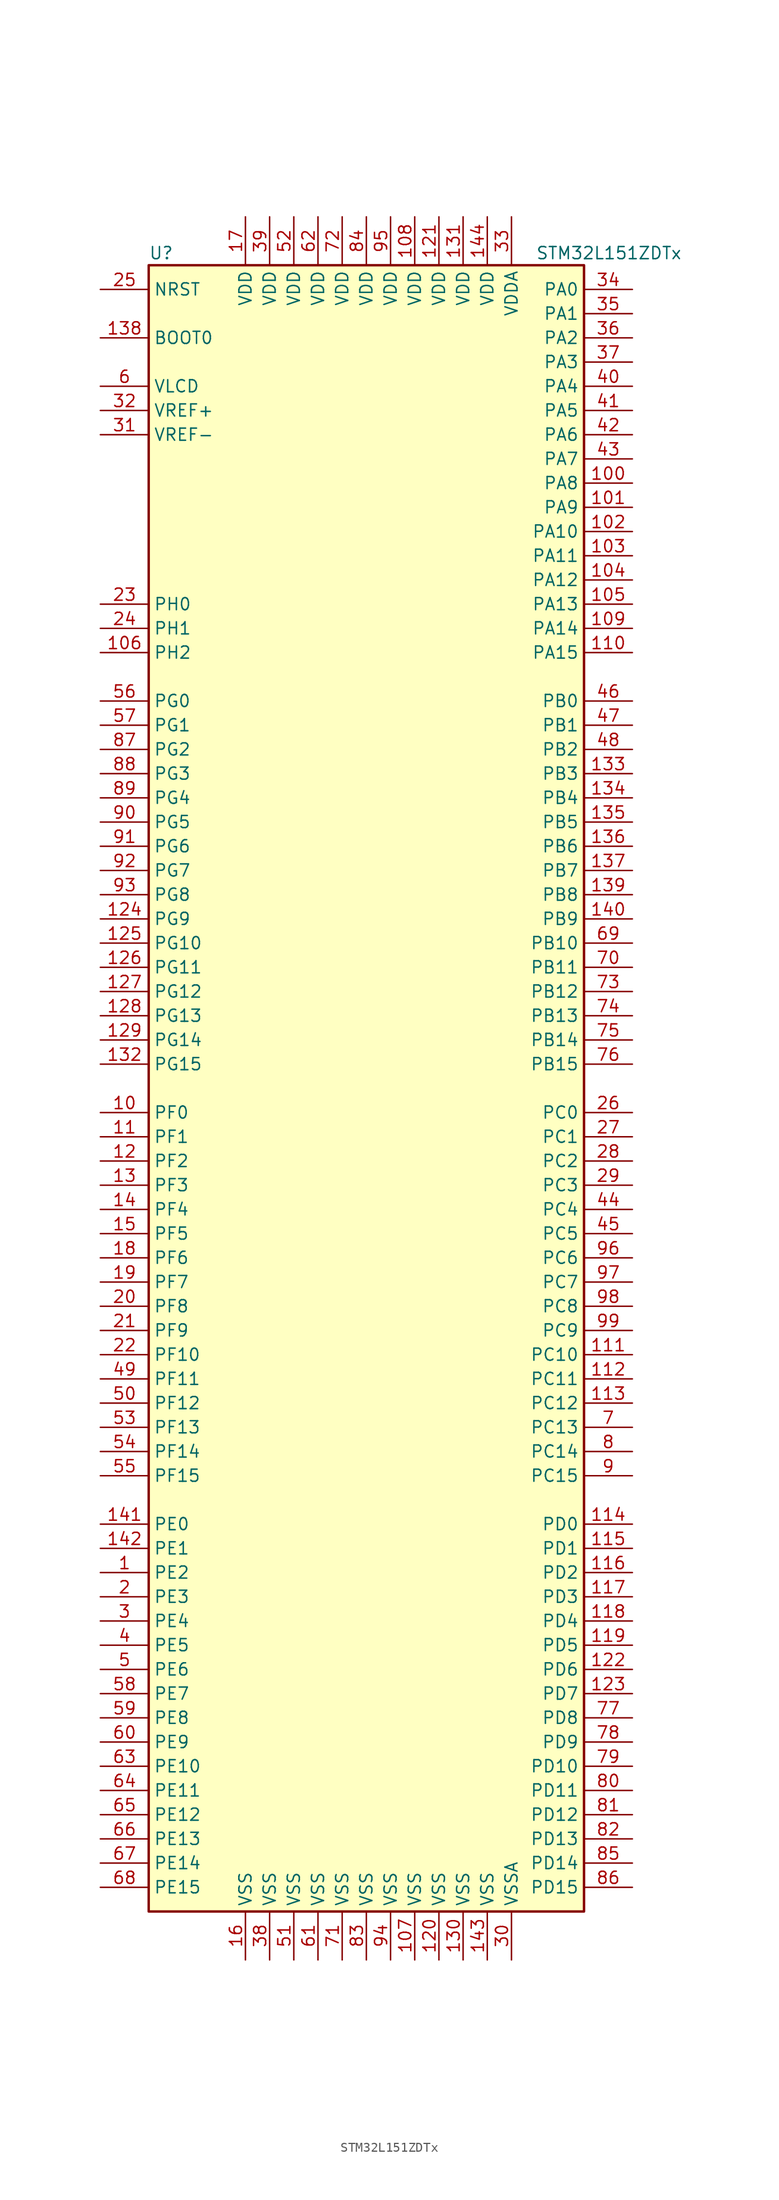
<source format=kicad_sym>
(kicad_symbol_lib
  (version 20211014)
  (generator kicad_symbol_editor)
  (symbol "STM32L151ZDTx"
    (property "Reference" "U"
      (at -22.86 87.63 0)
      (effects (font (size 1.27 1.27)) (justify left)))
    (property "Value" "STM32L151ZDTx"
      (at 17.78 87.63 0)
      (effects (font (size 1.27 1.27)) (justify left)))
    (symbol "STM32L151ZDTx_0_1"
      (rectangle (start -22.86 -86.36) (end 22.86 86.36) (stroke (width 0.254) (type default) (color 0 0 0 0)) (fill (type background))))
    (symbol "STM32L151ZDTx_1_1"
      (pin bidirectional line (at -27.94 -50.8 0) (length 5.08) (name "PE2" (effects (font (size 1.27 1.27)))) (number "1" (effects (font (size 1.27 1.27)))))
      (pin bidirectional line (at -27.94 -2.54 0) (length 5.08) (name "PF0" (effects (font (size 1.27 1.27)))) (number "10" (effects (font (size 1.27 1.27)))))
      (pin bidirectional line (at 27.94 63.5 180) (length 5.08) (name "PA8" (effects (font (size 1.27 1.27)))) (number "100" (effects (font (size 1.27 1.27)))))
      (pin bidirectional line (at 27.94 60.96 180) (length 5.08) (name "PA9" (effects (font (size 1.27 1.27)))) (number "101" (effects (font (size 1.27 1.27)))))
      (pin bidirectional line (at 27.94 58.42 180) (length 5.08) (name "PA10" (effects (font (size 1.27 1.27)))) (number "102" (effects (font (size 1.27 1.27)))))
      (pin bidirectional line (at 27.94 55.88 180) (length 5.08) (name "PA11" (effects (font (size 1.27 1.27)))) (number "103" (effects (font (size 1.27 1.27)))))
      (pin bidirectional line (at 27.94 53.34 180) (length 5.08) (name "PA12" (effects (font (size 1.27 1.27)))) (number "104" (effects (font (size 1.27 1.27)))))
      (pin bidirectional line (at 27.94 50.8 180) (length 5.08) (name "PA13" (effects (font (size 1.27 1.27)))) (number "105" (effects (font (size 1.27 1.27)))))
      (pin bidirectional line (at -27.94 45.72 0) (length 5.08) (name "PH2" (effects (font (size 1.27 1.27)))) (number "106" (effects (font (size 1.27 1.27)))))
      (pin power_in line (at 5.08 -91.44 90) (length 5.08) (name "VSS" (effects (font (size 1.27 1.27)))) (number "107" (effects (font (size 1.27 1.27)))))
      (pin power_in line (at 5.08 91.44 270) (length 5.08) (name "VDD" (effects (font (size 1.27 1.27)))) (number "108" (effects (font (size 1.27 1.27)))))
      (pin bidirectional line (at 27.94 48.26 180) (length 5.08) (name "PA14" (effects (font (size 1.27 1.27)))) (number "109" (effects (font (size 1.27 1.27)))))
      (pin bidirectional line (at -27.94 -5.08 0) (length 5.08) (name "PF1" (effects (font (size 1.27 1.27)))) (number "11" (effects (font (size 1.27 1.27)))))
      (pin bidirectional line (at 27.94 45.72 180) (length 5.08) (name "PA15" (effects (font (size 1.27 1.27)))) (number "110" (effects (font (size 1.27 1.27)))))
      (pin bidirectional line (at 27.94 -27.94 180) (length 5.08) (name "PC10" (effects (font (size 1.27 1.27)))) (number "111" (effects (font (size 1.27 1.27)))))
      (pin bidirectional line (at 27.94 -30.48 180) (length 5.08) (name "PC11" (effects (font (size 1.27 1.27)))) (number "112" (effects (font (size 1.27 1.27)))))
      (pin bidirectional line (at 27.94 -33.02 180) (length 5.08) (name "PC12" (effects (font (size 1.27 1.27)))) (number "113" (effects (font (size 1.27 1.27)))))
      (pin bidirectional line (at 27.94 -45.72 180) (length 5.08) (name "PD0" (effects (font (size 1.27 1.27)))) (number "114" (effects (font (size 1.27 1.27)))))
      (pin bidirectional line (at 27.94 -48.26 180) (length 5.08) (name "PD1" (effects (font (size 1.27 1.27)))) (number "115" (effects (font (size 1.27 1.27)))))
      (pin bidirectional line (at 27.94 -50.8 180) (length 5.08) (name "PD2" (effects (font (size 1.27 1.27)))) (number "116" (effects (font (size 1.27 1.27)))))
      (pin bidirectional line (at 27.94 -53.34 180) (length 5.08) (name "PD3" (effects (font (size 1.27 1.27)))) (number "117" (effects (font (size 1.27 1.27)))))
      (pin bidirectional line (at 27.94 -55.88 180) (length 5.08) (name "PD4" (effects (font (size 1.27 1.27)))) (number "118" (effects (font (size 1.27 1.27)))))
      (pin bidirectional line (at 27.94 -58.42 180) (length 5.08) (name "PD5" (effects (font (size 1.27 1.27)))) (number "119" (effects (font (size 1.27 1.27)))))
      (pin bidirectional line (at -27.94 -7.62 0) (length 5.08) (name "PF2" (effects (font (size 1.27 1.27)))) (number "12" (effects (font (size 1.27 1.27)))))
      (pin power_in line (at 7.62 -91.44 90) (length 5.08) (name "VSS" (effects (font (size 1.27 1.27)))) (number "120" (effects (font (size 1.27 1.27)))))
      (pin power_in line (at 7.62 91.44 270) (length 5.08) (name "VDD" (effects (font (size 1.27 1.27)))) (number "121" (effects (font (size 1.27 1.27)))))
      (pin bidirectional line (at 27.94 -60.96 180) (length 5.08) (name "PD6" (effects (font (size 1.27 1.27)))) (number "122" (effects (font (size 1.27 1.27)))))
      (pin bidirectional line (at 27.94 -63.5 180) (length 5.08) (name "PD7" (effects (font (size 1.27 1.27)))) (number "123" (effects (font (size 1.27 1.27)))))
      (pin bidirectional line (at -27.94 17.78 0) (length 5.08) (name "PG9" (effects (font (size 1.27 1.27)))) (number "124" (effects (font (size 1.27 1.27)))))
      (pin bidirectional line (at -27.94 15.24 0) (length 5.08) (name "PG10" (effects (font (size 1.27 1.27)))) (number "125" (effects (font (size 1.27 1.27)))))
      (pin bidirectional line (at -27.94 12.7 0) (length 5.08) (name "PG11" (effects (font (size 1.27 1.27)))) (number "126" (effects (font (size 1.27 1.27)))))
      (pin bidirectional line (at -27.94 10.16 0) (length 5.08) (name "PG12" (effects (font (size 1.27 1.27)))) (number "127" (effects (font (size 1.27 1.27)))))
      (pin bidirectional line (at -27.94 7.62 0) (length 5.08) (name "PG13" (effects (font (size 1.27 1.27)))) (number "128" (effects (font (size 1.27 1.27)))))
      (pin bidirectional line (at -27.94 5.08 0) (length 5.08) (name "PG14" (effects (font (size 1.27 1.27)))) (number "129" (effects (font (size 1.27 1.27)))))
      (pin bidirectional line (at -27.94 -10.16 0) (length 5.08) (name "PF3" (effects (font (size 1.27 1.27)))) (number "13" (effects (font (size 1.27 1.27)))))
      (pin power_in line (at 10.16 -91.44 90) (length 5.08) (name "VSS" (effects (font (size 1.27 1.27)))) (number "130" (effects (font (size 1.27 1.27)))))
      (pin power_in line (at 10.16 91.44 270) (length 5.08) (name "VDD" (effects (font (size 1.27 1.27)))) (number "131" (effects (font (size 1.27 1.27)))))
      (pin bidirectional line (at -27.94 2.54 0) (length 5.08) (name "PG15" (effects (font (size 1.27 1.27)))) (number "132" (effects (font (size 1.27 1.27)))))
      (pin bidirectional line (at 27.94 33.02 180) (length 5.08) (name "PB3" (effects (font (size 1.27 1.27)))) (number "133" (effects (font (size 1.27 1.27)))))
      (pin bidirectional line (at 27.94 30.48 180) (length 5.08) (name "PB4" (effects (font (size 1.27 1.27)))) (number "134" (effects (font (size 1.27 1.27)))))
      (pin bidirectional line (at 27.94 27.94 180) (length 5.08) (name "PB5" (effects (font (size 1.27 1.27)))) (number "135" (effects (font (size 1.27 1.27)))))
      (pin bidirectional line (at 27.94 25.4 180) (length 5.08) (name "PB6" (effects (font (size 1.27 1.27)))) (number "136" (effects (font (size 1.27 1.27)))))
      (pin bidirectional line (at 27.94 22.86 180) (length 5.08) (name "PB7" (effects (font (size 1.27 1.27)))) (number "137" (effects (font (size 1.27 1.27)))))
      (pin input line (at -27.94 78.74 0) (length 5.08) (name "BOOT0" (effects (font (size 1.27 1.27)))) (number "138" (effects (font (size 1.27 1.27)))))
      (pin bidirectional line (at 27.94 20.32 180) (length 5.08) (name "PB8" (effects (font (size 1.27 1.27)))) (number "139" (effects (font (size 1.27 1.27)))))
      (pin bidirectional line (at -27.94 -12.7 0) (length 5.08) (name "PF4" (effects (font (size 1.27 1.27)))) (number "14" (effects (font (size 1.27 1.27)))))
      (pin bidirectional line (at 27.94 17.78 180) (length 5.08) (name "PB9" (effects (font (size 1.27 1.27)))) (number "140" (effects (font (size 1.27 1.27)))))
      (pin bidirectional line (at -27.94 -45.72 0) (length 5.08) (name "PE0" (effects (font (size 1.27 1.27)))) (number "141" (effects (font (size 1.27 1.27)))))
      (pin bidirectional line (at -27.94 -48.26 0) (length 5.08) (name "PE1" (effects (font (size 1.27 1.27)))) (number "142" (effects (font (size 1.27 1.27)))))
      (pin power_in line (at 12.7 -91.44 90) (length 5.08) (name "VSS" (effects (font (size 1.27 1.27)))) (number "143" (effects (font (size 1.27 1.27)))))
      (pin power_in line (at 12.7 91.44 270) (length 5.08) (name "VDD" (effects (font (size 1.27 1.27)))) (number "144" (effects (font (size 1.27 1.27)))))
      (pin bidirectional line (at -27.94 -15.24 0) (length 5.08) (name "PF5" (effects (font (size 1.27 1.27)))) (number "15" (effects (font (size 1.27 1.27)))))
      (pin power_in line (at -12.7 -91.44 90) (length 5.08) (name "VSS" (effects (font (size 1.27 1.27)))) (number "16" (effects (font (size 1.27 1.27)))))
      (pin power_in line (at -12.7 91.44 270) (length 5.08) (name "VDD" (effects (font (size 1.27 1.27)))) (number "17" (effects (font (size 1.27 1.27)))))
      (pin bidirectional line (at -27.94 -17.78 0) (length 5.08) (name "PF6" (effects (font (size 1.27 1.27)))) (number "18" (effects (font (size 1.27 1.27)))))
      (pin bidirectional line (at -27.94 -20.32 0) (length 5.08) (name "PF7" (effects (font (size 1.27 1.27)))) (number "19" (effects (font (size 1.27 1.27)))))
      (pin bidirectional line (at -27.94 -53.34 0) (length 5.08) (name "PE3" (effects (font (size 1.27 1.27)))) (number "2" (effects (font (size 1.27 1.27)))))
      (pin bidirectional line (at -27.94 -22.86 0) (length 5.08) (name "PF8" (effects (font (size 1.27 1.27)))) (number "20" (effects (font (size 1.27 1.27)))))
      (pin bidirectional line (at -27.94 -25.4 0) (length 5.08) (name "PF9" (effects (font (size 1.27 1.27)))) (number "21" (effects (font (size 1.27 1.27)))))
      (pin bidirectional line (at -27.94 -27.94 0) (length 5.08) (name "PF10" (effects (font (size 1.27 1.27)))) (number "22" (effects (font (size 1.27 1.27)))))
      (pin input line (at -27.94 50.8 0) (length 5.08) (name "PH0" (effects (font (size 1.27 1.27)))) (number "23" (effects (font (size 1.27 1.27)))))
      (pin input line (at -27.94 48.26 0) (length 5.08) (name "PH1" (effects (font (size 1.27 1.27)))) (number "24" (effects (font (size 1.27 1.27)))))
      (pin input line (at -27.94 83.82 0) (length 5.08) (name "NRST" (effects (font (size 1.27 1.27)))) (number "25" (effects (font (size 1.27 1.27)))))
      (pin bidirectional line (at 27.94 -2.54 180) (length 5.08) (name "PC0" (effects (font (size 1.27 1.27)))) (number "26" (effects (font (size 1.27 1.27)))))
      (pin bidirectional line (at 27.94 -5.08 180) (length 5.08) (name "PC1" (effects (font (size 1.27 1.27)))) (number "27" (effects (font (size 1.27 1.27)))))
      (pin bidirectional line (at 27.94 -7.62 180) (length 5.08) (name "PC2" (effects (font (size 1.27 1.27)))) (number "28" (effects (font (size 1.27 1.27)))))
      (pin bidirectional line (at 27.94 -10.16 180) (length 5.08) (name "PC3" (effects (font (size 1.27 1.27)))) (number "29" (effects (font (size 1.27 1.27)))))
      (pin bidirectional line (at -27.94 -55.88 0) (length 5.08) (name "PE4" (effects (font (size 1.27 1.27)))) (number "3" (effects (font (size 1.27 1.27)))))
      (pin power_in line (at 15.24 -91.44 90) (length 5.08) (name "VSSA" (effects (font (size 1.27 1.27)))) (number "30" (effects (font (size 1.27 1.27)))))
      (pin power_in line (at -27.94 68.58 0) (length 5.08) (name "VREF-" (effects (font (size 1.27 1.27)))) (number "31" (effects (font (size 1.27 1.27)))))
      (pin power_in line (at -27.94 71.12 0) (length 5.08) (name "VREF+" (effects (font (size 1.27 1.27)))) (number "32" (effects (font (size 1.27 1.27)))))
      (pin power_in line (at 15.24 91.44 270) (length 5.08) (name "VDDA" (effects (font (size 1.27 1.27)))) (number "33" (effects (font (size 1.27 1.27)))))
      (pin bidirectional line (at 27.94 83.82 180) (length 5.08) (name "PA0" (effects (font (size 1.27 1.27)))) (number "34" (effects (font (size 1.27 1.27)))))
      (pin bidirectional line (at 27.94 81.28 180) (length 5.08) (name "PA1" (effects (font (size 1.27 1.27)))) (number "35" (effects (font (size 1.27 1.27)))))
      (pin bidirectional line (at 27.94 78.74 180) (length 5.08) (name "PA2" (effects (font (size 1.27 1.27)))) (number "36" (effects (font (size 1.27 1.27)))))
      (pin bidirectional line (at 27.94 76.2 180) (length 5.08) (name "PA3" (effects (font (size 1.27 1.27)))) (number "37" (effects (font (size 1.27 1.27)))))
      (pin power_in line (at -10.16 -91.44 90) (length 5.08) (name "VSS" (effects (font (size 1.27 1.27)))) (number "38" (effects (font (size 1.27 1.27)))))
      (pin power_in line (at -10.16 91.44 270) (length 5.08) (name "VDD" (effects (font (size 1.27 1.27)))) (number "39" (effects (font (size 1.27 1.27)))))
      (pin bidirectional line (at -27.94 -58.42 0) (length 5.08) (name "PE5" (effects (font (size 1.27 1.27)))) (number "4" (effects (font (size 1.27 1.27)))))
      (pin bidirectional line (at 27.94 73.66 180) (length 5.08) (name "PA4" (effects (font (size 1.27 1.27)))) (number "40" (effects (font (size 1.27 1.27)))))
      (pin bidirectional line (at 27.94 71.12 180) (length 5.08) (name "PA5" (effects (font (size 1.27 1.27)))) (number "41" (effects (font (size 1.27 1.27)))))
      (pin bidirectional line (at 27.94 68.58 180) (length 5.08) (name "PA6" (effects (font (size 1.27 1.27)))) (number "42" (effects (font (size 1.27 1.27)))))
      (pin bidirectional line (at 27.94 66.04 180) (length 5.08) (name "PA7" (effects (font (size 1.27 1.27)))) (number "43" (effects (font (size 1.27 1.27)))))
      (pin bidirectional line (at 27.94 -12.7 180) (length 5.08) (name "PC4" (effects (font (size 1.27 1.27)))) (number "44" (effects (font (size 1.27 1.27)))))
      (pin bidirectional line (at 27.94 -15.24 180) (length 5.08) (name "PC5" (effects (font (size 1.27 1.27)))) (number "45" (effects (font (size 1.27 1.27)))))
      (pin bidirectional line (at 27.94 40.64 180) (length 5.08) (name "PB0" (effects (font (size 1.27 1.27)))) (number "46" (effects (font (size 1.27 1.27)))))
      (pin bidirectional line (at 27.94 38.1 180) (length 5.08) (name "PB1" (effects (font (size 1.27 1.27)))) (number "47" (effects (font (size 1.27 1.27)))))
      (pin bidirectional line (at 27.94 35.56 180) (length 5.08) (name "PB2" (effects (font (size 1.27 1.27)))) (number "48" (effects (font (size 1.27 1.27)))))
      (pin bidirectional line (at -27.94 -30.48 0) (length 5.08) (name "PF11" (effects (font (size 1.27 1.27)))) (number "49" (effects (font (size 1.27 1.27)))))
      (pin bidirectional line (at -27.94 -60.96 0) (length 5.08) (name "PE6" (effects (font (size 1.27 1.27)))) (number "5" (effects (font (size 1.27 1.27)))))
      (pin bidirectional line (at -27.94 -33.02 0) (length 5.08) (name "PF12" (effects (font (size 1.27 1.27)))) (number "50" (effects (font (size 1.27 1.27)))))
      (pin power_in line (at -7.62 -91.44 90) (length 5.08) (name "VSS" (effects (font (size 1.27 1.27)))) (number "51" (effects (font (size 1.27 1.27)))))
      (pin power_in line (at -7.62 91.44 270) (length 5.08) (name "VDD" (effects (font (size 1.27 1.27)))) (number "52" (effects (font (size 1.27 1.27)))))
      (pin bidirectional line (at -27.94 -35.56 0) (length 5.08) (name "PF13" (effects (font (size 1.27 1.27)))) (number "53" (effects (font (size 1.27 1.27)))))
      (pin bidirectional line (at -27.94 -38.1 0) (length 5.08) (name "PF14" (effects (font (size 1.27 1.27)))) (number "54" (effects (font (size 1.27 1.27)))))
      (pin bidirectional line (at -27.94 -40.64 0) (length 5.08) (name "PF15" (effects (font (size 1.27 1.27)))) (number "55" (effects (font (size 1.27 1.27)))))
      (pin bidirectional line (at -27.94 40.64 0) (length 5.08) (name "PG0" (effects (font (size 1.27 1.27)))) (number "56" (effects (font (size 1.27 1.27)))))
      (pin bidirectional line (at -27.94 38.1 0) (length 5.08) (name "PG1" (effects (font (size 1.27 1.27)))) (number "57" (effects (font (size 1.27 1.27)))))
      (pin bidirectional line (at -27.94 -63.5 0) (length 5.08) (name "PE7" (effects (font (size 1.27 1.27)))) (number "58" (effects (font (size 1.27 1.27)))))
      (pin bidirectional line (at -27.94 -66.04 0) (length 5.08) (name "PE8" (effects (font (size 1.27 1.27)))) (number "59" (effects (font (size 1.27 1.27)))))
      (pin power_in line (at -27.94 73.66 0) (length 5.08) (name "VLCD" (effects (font (size 1.27 1.27)))) (number "6" (effects (font (size 1.27 1.27)))))
      (pin bidirectional line (at -27.94 -68.58 0) (length 5.08) (name "PE9" (effects (font (size 1.27 1.27)))) (number "60" (effects (font (size 1.27 1.27)))))
      (pin power_in line (at -5.08 -91.44 90) (length 5.08) (name "VSS" (effects (font (size 1.27 1.27)))) (number "61" (effects (font (size 1.27 1.27)))))
      (pin power_in line (at -5.08 91.44 270) (length 5.08) (name "VDD" (effects (font (size 1.27 1.27)))) (number "62" (effects (font (size 1.27 1.27)))))
      (pin bidirectional line (at -27.94 -71.12 0) (length 5.08) (name "PE10" (effects (font (size 1.27 1.27)))) (number "63" (effects (font (size 1.27 1.27)))))
      (pin bidirectional line (at -27.94 -73.66 0) (length 5.08) (name "PE11" (effects (font (size 1.27 1.27)))) (number "64" (effects (font (size 1.27 1.27)))))
      (pin bidirectional line (at -27.94 -76.2 0) (length 5.08) (name "PE12" (effects (font (size 1.27 1.27)))) (number "65" (effects (font (size 1.27 1.27)))))
      (pin bidirectional line (at -27.94 -78.74 0) (length 5.08) (name "PE13" (effects (font (size 1.27 1.27)))) (number "66" (effects (font (size 1.27 1.27)))))
      (pin bidirectional line (at -27.94 -81.28 0) (length 5.08) (name "PE14" (effects (font (size 1.27 1.27)))) (number "67" (effects (font (size 1.27 1.27)))))
      (pin bidirectional line (at -27.94 -83.82 0) (length 5.08) (name "PE15" (effects (font (size 1.27 1.27)))) (number "68" (effects (font (size 1.27 1.27)))))
      (pin bidirectional line (at 27.94 15.24 180) (length 5.08) (name "PB10" (effects (font (size 1.27 1.27)))) (number "69" (effects (font (size 1.27 1.27)))))
      (pin bidirectional line (at 27.94 -35.56 180) (length 5.08) (name "PC13" (effects (font (size 1.27 1.27)))) (number "7" (effects (font (size 1.27 1.27)))))
      (pin bidirectional line (at 27.94 12.7 180) (length 5.08) (name "PB11" (effects (font (size 1.27 1.27)))) (number "70" (effects (font (size 1.27 1.27)))))
      (pin power_in line (at -2.54 -91.44 90) (length 5.08) (name "VSS" (effects (font (size 1.27 1.27)))) (number "71" (effects (font (size 1.27 1.27)))))
      (pin power_in line (at -2.54 91.44 270) (length 5.08) (name "VDD" (effects (font (size 1.27 1.27)))) (number "72" (effects (font (size 1.27 1.27)))))
      (pin bidirectional line (at 27.94 10.16 180) (length 5.08) (name "PB12" (effects (font (size 1.27 1.27)))) (number "73" (effects (font (size 1.27 1.27)))))
      (pin bidirectional line (at 27.94 7.62 180) (length 5.08) (name "PB13" (effects (font (size 1.27 1.27)))) (number "74" (effects (font (size 1.27 1.27)))))
      (pin bidirectional line (at 27.94 5.08 180) (length 5.08) (name "PB14" (effects (font (size 1.27 1.27)))) (number "75" (effects (font (size 1.27 1.27)))))
      (pin bidirectional line (at 27.94 2.54 180) (length 5.08) (name "PB15" (effects (font (size 1.27 1.27)))) (number "76" (effects (font (size 1.27 1.27)))))
      (pin bidirectional line (at 27.94 -66.04 180) (length 5.08) (name "PD8" (effects (font (size 1.27 1.27)))) (number "77" (effects (font (size 1.27 1.27)))))
      (pin bidirectional line (at 27.94 -68.58 180) (length 5.08) (name "PD9" (effects (font (size 1.27 1.27)))) (number "78" (effects (font (size 1.27 1.27)))))
      (pin bidirectional line (at 27.94 -71.12 180) (length 5.08) (name "PD10" (effects (font (size 1.27 1.27)))) (number "79" (effects (font (size 1.27 1.27)))))
      (pin bidirectional line (at 27.94 -38.1 180) (length 5.08) (name "PC14" (effects (font (size 1.27 1.27)))) (number "8" (effects (font (size 1.27 1.27)))))
      (pin bidirectional line (at 27.94 -73.66 180) (length 5.08) (name "PD11" (effects (font (size 1.27 1.27)))) (number "80" (effects (font (size 1.27 1.27)))))
      (pin bidirectional line (at 27.94 -76.2 180) (length 5.08) (name "PD12" (effects (font (size 1.27 1.27)))) (number "81" (effects (font (size 1.27 1.27)))))
      (pin bidirectional line (at 27.94 -78.74 180) (length 5.08) (name "PD13" (effects (font (size 1.27 1.27)))) (number "82" (effects (font (size 1.27 1.27)))))
      (pin power_in line (at 0 -91.44 90) (length 5.08) (name "VSS" (effects (font (size 1.27 1.27)))) (number "83" (effects (font (size 1.27 1.27)))))
      (pin power_in line (at 0 91.44 270) (length 5.08) (name "VDD" (effects (font (size 1.27 1.27)))) (number "84" (effects (font (size 1.27 1.27)))))
      (pin bidirectional line (at 27.94 -81.28 180) (length 5.08) (name "PD14" (effects (font (size 1.27 1.27)))) (number "85" (effects (font (size 1.27 1.27)))))
      (pin bidirectional line (at 27.94 -83.82 180) (length 5.08) (name "PD15" (effects (font (size 1.27 1.27)))) (number "86" (effects (font (size 1.27 1.27)))))
      (pin bidirectional line (at -27.94 35.56 0) (length 5.08) (name "PG2" (effects (font (size 1.27 1.27)))) (number "87" (effects (font (size 1.27 1.27)))))
      (pin bidirectional line (at -27.94 33.02 0) (length 5.08) (name "PG3" (effects (font (size 1.27 1.27)))) (number "88" (effects (font (size 1.27 1.27)))))
      (pin bidirectional line (at -27.94 30.48 0) (length 5.08) (name "PG4" (effects (font (size 1.27 1.27)))) (number "89" (effects (font (size 1.27 1.27)))))
      (pin bidirectional line (at 27.94 -40.64 180) (length 5.08) (name "PC15" (effects (font (size 1.27 1.27)))) (number "9" (effects (font (size 1.27 1.27)))))
      (pin bidirectional line (at -27.94 27.94 0) (length 5.08) (name "PG5" (effects (font (size 1.27 1.27)))) (number "90" (effects (font (size 1.27 1.27)))))
      (pin bidirectional line (at -27.94 25.4 0) (length 5.08) (name "PG6" (effects (font (size 1.27 1.27)))) (number "91" (effects (font (size 1.27 1.27)))))
      (pin bidirectional line (at -27.94 22.86 0) (length 5.08) (name "PG7" (effects (font (size 1.27 1.27)))) (number "92" (effects (font (size 1.27 1.27)))))
      (pin bidirectional line (at -27.94 20.32 0) (length 5.08) (name "PG8" (effects (font (size 1.27 1.27)))) (number "93" (effects (font (size 1.27 1.27)))))
      (pin power_in line (at 2.54 -91.44 90) (length 5.08) (name "VSS" (effects (font (size 1.27 1.27)))) (number "94" (effects (font (size 1.27 1.27)))))
      (pin power_in line (at 2.54 91.44 270) (length 5.08) (name "VDD" (effects (font (size 1.27 1.27)))) (number "95" (effects (font (size 1.27 1.27)))))
      (pin bidirectional line (at 27.94 -17.78 180) (length 5.08) (name "PC6" (effects (font (size 1.27 1.27)))) (number "96" (effects (font (size 1.27 1.27)))))
      (pin bidirectional line (at 27.94 -20.32 180) (length 5.08) (name "PC7" (effects (font (size 1.27 1.27)))) (number "97" (effects (font (size 1.27 1.27)))))
      (pin bidirectional line (at 27.94 -22.86 180) (length 5.08) (name "PC8" (effects (font (size 1.27 1.27)))) (number "98" (effects (font (size 1.27 1.27)))))
      (pin bidirectional line (at 27.94 -25.4 180) (length 5.08) (name "PC9" (effects (font (size 1.27 1.27)))) (number "99" (effects (font (size 1.27 1.27))))))))
</source>
